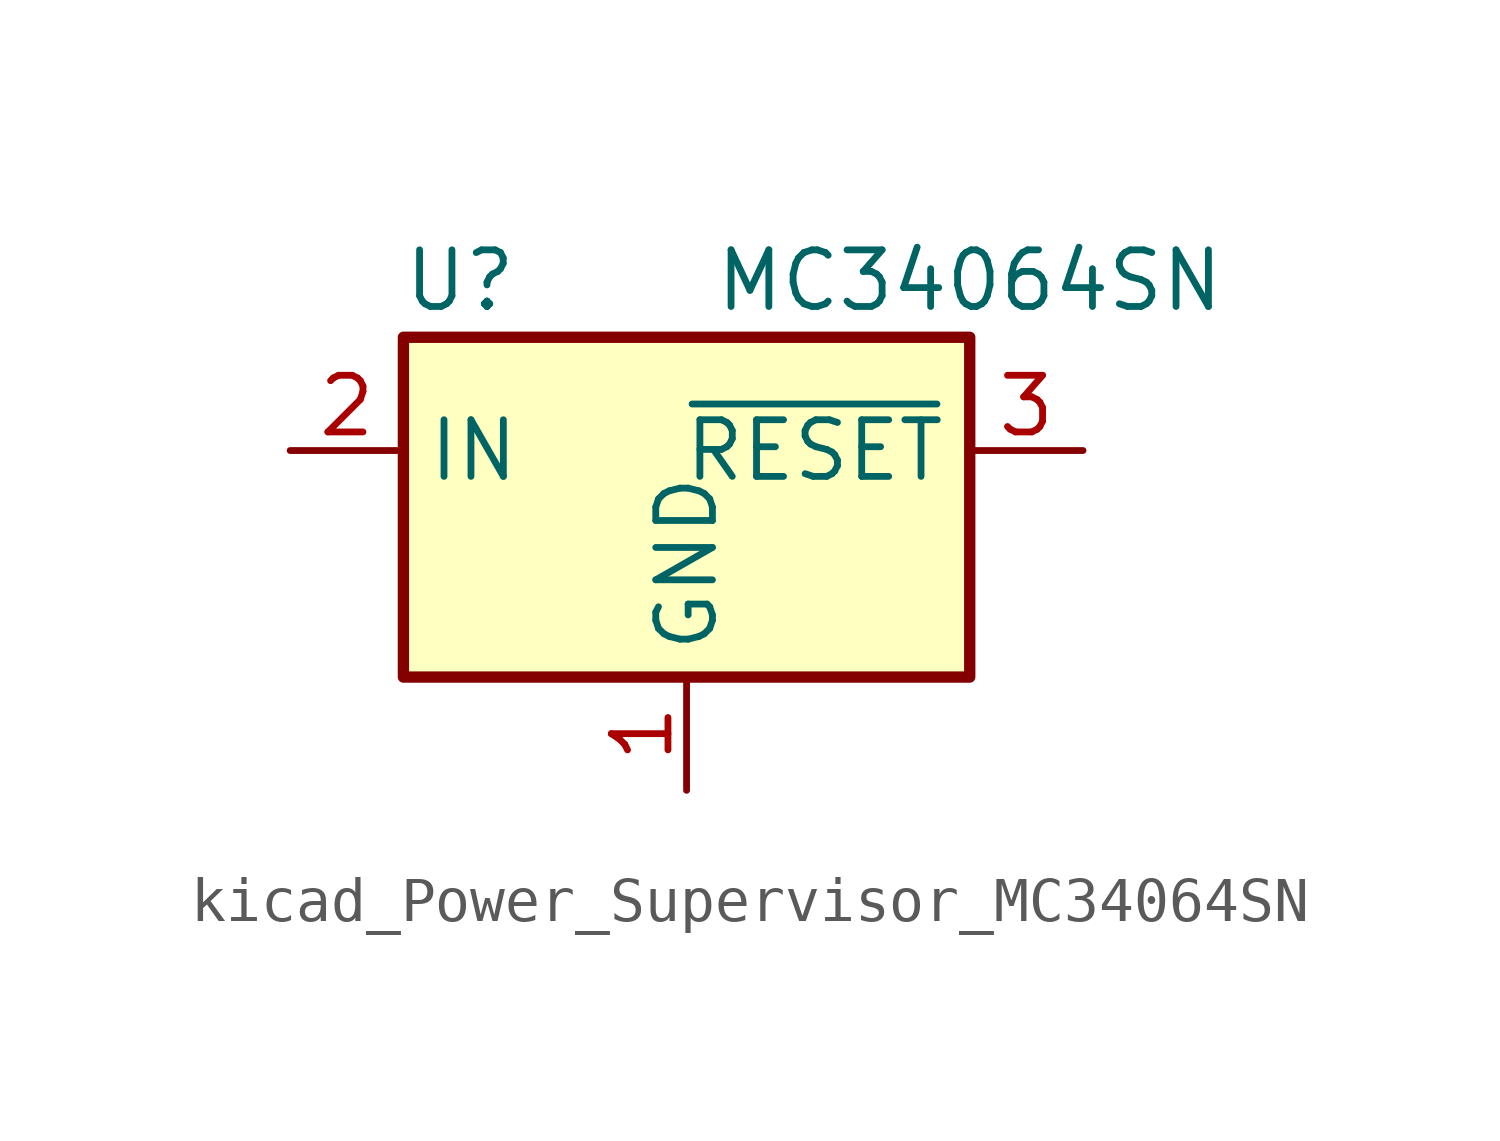
<source format=kicad_sym>
(kicad_symbol_lib
  (version 20220914)
  (generator kicad_symbol_editor)
  (symbol "kicad_Power_Supervisor_MC34064SN"
    (property "Reference" "U"
      (at -5.08 5.08 0)
      (effects (font (size 1.27 1.27))))
    (property "Value" "MC34064SN"
      (at 6.35 5.08 0)
      (effects (font (size 1.27 1.27))))
    (symbol "kicad_Power_Supervisor_MC34064SN_0_1"
      (rectangle (start -6.35 -3.81) (end 6.35 3.81) (stroke (width 0.254) (type default)) (fill (type background))))
    (symbol "kicad_Power_Supervisor_MC34064SN_1_1"
      (pin power_in line (at 0 -6.35 90) (length 2.54) (name "GND" (effects (font (size 1.27 1.27)))) (number "1" (effects (font (size 1.27 1.27)))))
      (pin input line (at -8.89 1.27 0) (length 2.54) (name "IN" (effects (font (size 1.27 1.27)))) (number "2" (effects (font (size 1.27 1.27)))))
      (pin open_collector line (at 8.89 1.27 180) (length 2.54) (name "~{RESET}" (effects (font (size 1.27 1.27)))) (number "3" (effects (font (size 1.27 1.27)))))
      (pin no_connect line (at -2.54 3.81 270) (length 2.54) hide (name "NC" (effects (font (size 1.27 1.27)))) (number "4" (effects (font (size 1.27 1.27)))))
      (pin no_connect line (at 2.54 3.81 270) (length 2.54) hide (name "NC" (effects (font (size 1.27 1.27)))) (number "5" (effects (font (size 1.27 1.27))))))))
</source>
